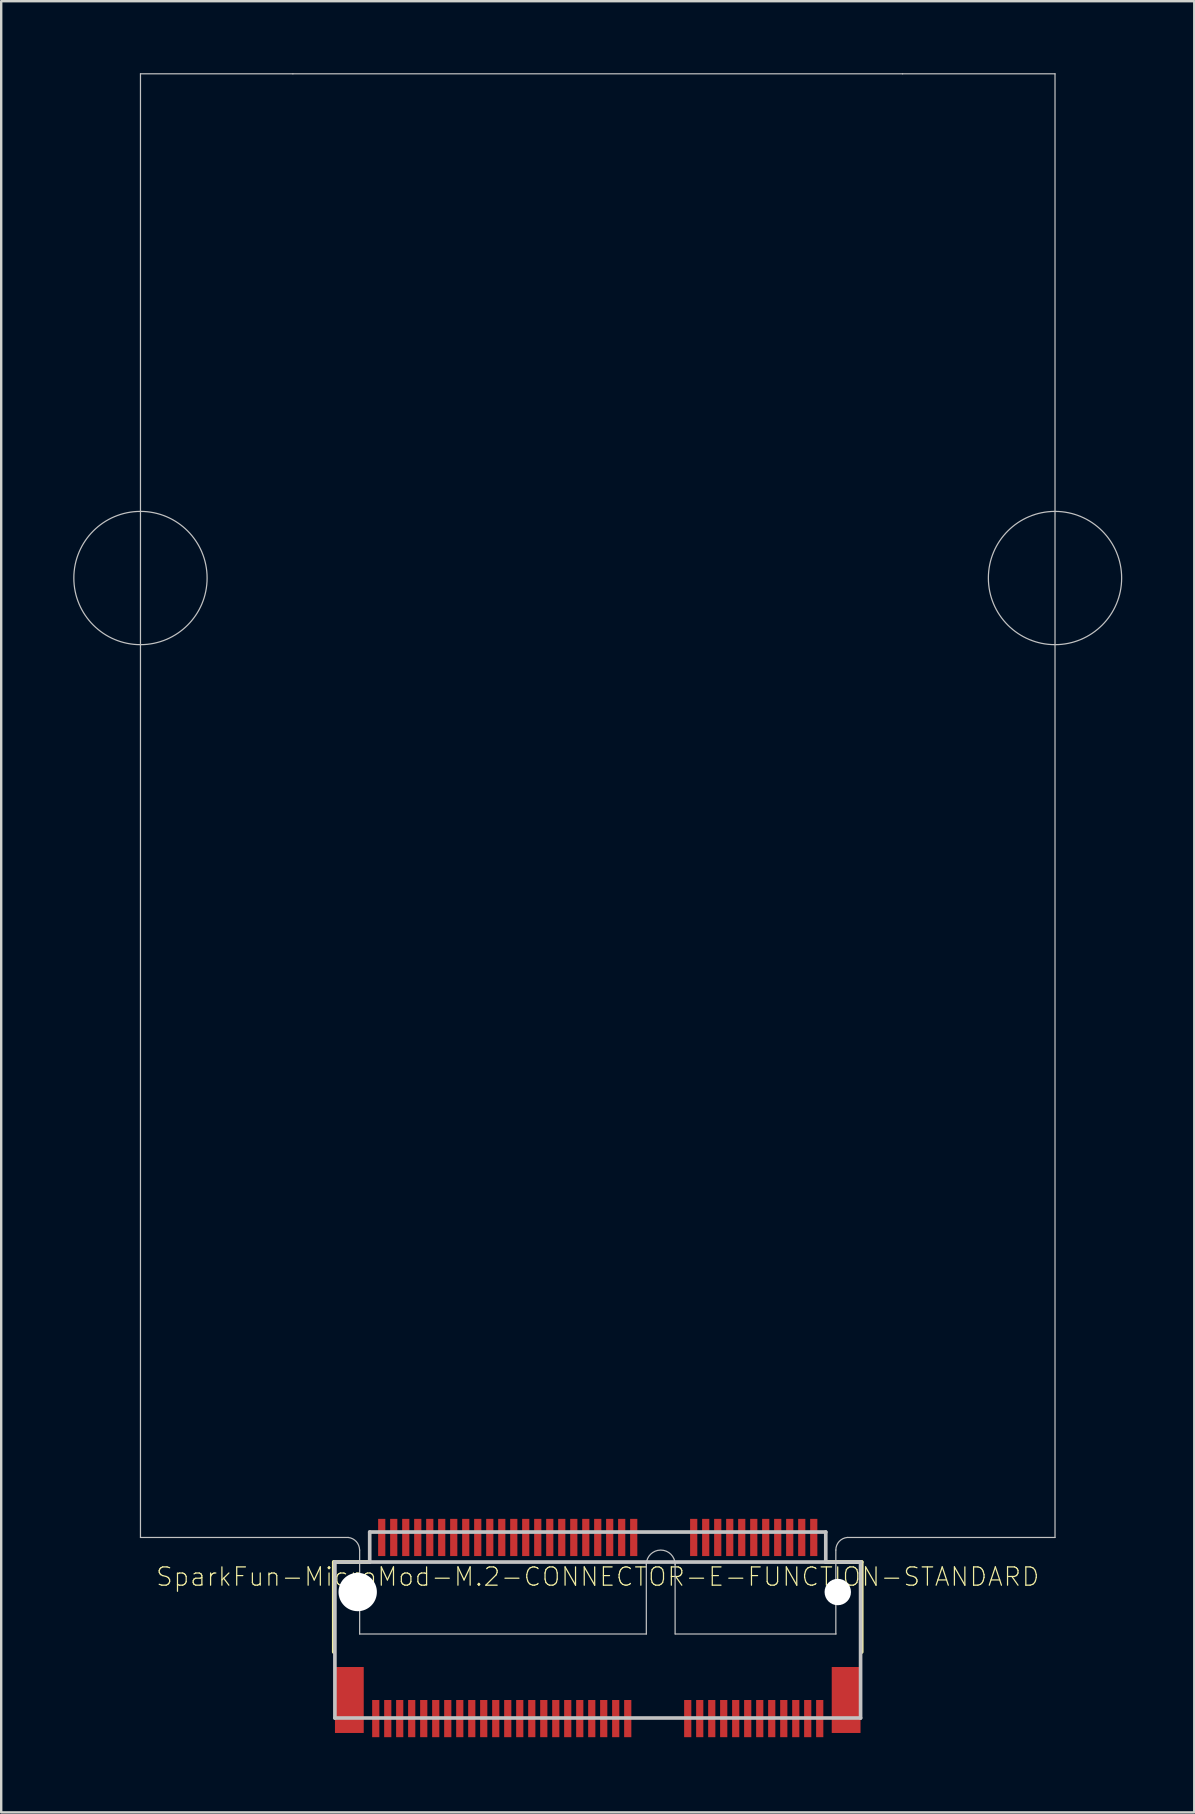
<source format=kicad_pcb>
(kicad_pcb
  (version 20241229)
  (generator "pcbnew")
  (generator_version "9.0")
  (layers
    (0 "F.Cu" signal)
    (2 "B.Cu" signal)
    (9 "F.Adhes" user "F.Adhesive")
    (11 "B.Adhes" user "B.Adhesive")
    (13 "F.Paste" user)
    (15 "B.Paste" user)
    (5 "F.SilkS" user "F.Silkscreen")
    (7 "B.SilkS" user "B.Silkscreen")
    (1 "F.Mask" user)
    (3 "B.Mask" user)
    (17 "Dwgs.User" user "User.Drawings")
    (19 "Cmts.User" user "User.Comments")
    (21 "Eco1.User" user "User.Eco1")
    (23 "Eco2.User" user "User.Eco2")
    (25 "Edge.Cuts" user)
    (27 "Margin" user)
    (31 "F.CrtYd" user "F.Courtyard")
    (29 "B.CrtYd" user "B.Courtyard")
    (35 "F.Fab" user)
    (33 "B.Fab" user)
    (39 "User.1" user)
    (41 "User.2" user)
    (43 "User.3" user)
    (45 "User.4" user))
  (footprint "SparkFun-MicroMod-M.2-CONNECTOR-E-FUNCTION-STANDARD"
    (layer "F.Cu")
    (at 21.852 63.274)
    (property "Reference" "SparkFun-MicroMod-M.2-CONNECTOR-E-FUNCTION-STANDARD" (at 0 -0.635 0) (layer "F.SilkS") (effects (font (size 0.762 0.762) (thickness 0.051))))
    (attr smd)
    (fp_line (start -10.998 2.499) (end -10.998 -1.25) (stroke (width 0.152) (type solid)) (layer "F.SilkS"))
    (fp_line (start -9.5 -1.25) (end -10.998 -1.25) (stroke (width 0.152) (type solid)) (layer "F.SilkS"))
    (fp_line (start 10.998 -1.25) (end 9.5 -1.25) (stroke (width 0.152) (type solid)) (layer "F.SilkS"))
    (fp_line (start 10.998 2.499) (end 10.998 -1.25) (stroke (width 0.152) (type solid)) (layer "F.SilkS"))
    (fp_line (start -9.398 4.399) (end -9.098 4.399) (stroke (width 0.066) (type solid)) (layer "F.Paste"))
    (fp_line (start -9.398 6.149) (end -9.398 4.399) (stroke (width 0.066) (type solid)) (layer "F.Paste"))
    (fp_line (start -9.398 6.149) (end -9.098 6.149) (stroke (width 0.066) (type solid)) (layer "F.Paste"))
    (fp_line (start -9.149 -3.15) (end -8.849 -3.15) (stroke (width 0.066) (type solid)) (layer "F.Paste"))
    (fp_line (start -9.149 -1.4) (end -9.149 -3.15) (stroke (width 0.066) (type solid)) (layer "F.Paste"))
    (fp_line (start -9.149 -1.4) (end -8.849 -1.4) (stroke (width 0.066) (type solid)) (layer "F.Paste"))
    (fp_line (start -9.098 6.149) (end -9.098 4.399) (stroke (width 0.066) (type solid)) (layer "F.Paste"))
    (fp_line (start -8.898 4.399) (end -8.598 4.399) (stroke (width 0.066) (type solid)) (layer "F.Paste"))
    (fp_line (start -8.898 6.149) (end -8.898 4.399) (stroke (width 0.066) (type solid)) (layer "F.Paste"))
    (fp_line (start -8.898 6.149) (end -8.598 6.149) (stroke (width 0.066) (type solid)) (layer "F.Paste"))
    (fp_line (start -8.849 -1.4) (end -8.849 -3.15) (stroke (width 0.066) (type solid)) (layer "F.Paste"))
    (fp_line (start -8.649 -3.15) (end -8.349 -3.15) (stroke (width 0.066) (type solid)) (layer "F.Paste"))
    (fp_line (start -8.649 -1.4) (end -8.649 -3.15) (stroke (width 0.066) (type solid)) (layer "F.Paste"))
    (fp_line (start -8.649 -1.4) (end -8.349 -1.4) (stroke (width 0.066) (type solid)) (layer "F.Paste"))
    (fp_line (start -8.598 6.149) (end -8.598 4.399) (stroke (width 0.066) (type solid)) (layer "F.Paste"))
    (fp_line (start -8.4 4.399) (end -8.098 4.399) (stroke (width 0.066) (type solid)) (layer "F.Paste"))
    (fp_line (start -8.4 6.149) (end -8.4 4.399) (stroke (width 0.066) (type solid)) (layer "F.Paste"))
    (fp_line (start -8.4 6.149) (end -8.098 6.149) (stroke (width 0.066) (type solid)) (layer "F.Paste"))
    (fp_line (start -8.349 -1.4) (end -8.349 -3.15) (stroke (width 0.066) (type solid)) (layer "F.Paste"))
    (fp_line (start -8.148 -3.15) (end -7.849 -3.15) (stroke (width 0.066) (type solid)) (layer "F.Paste"))
    (fp_line (start -8.148 -1.4) (end -8.148 -3.15) (stroke (width 0.066) (type solid)) (layer "F.Paste"))
    (fp_line (start -8.148 -1.4) (end -7.849 -1.4) (stroke (width 0.066) (type solid)) (layer "F.Paste"))
    (fp_line (start -8.098 6.149) (end -8.098 4.399) (stroke (width 0.066) (type solid)) (layer "F.Paste"))
    (fp_line (start -7.899 4.399) (end -7.6 4.399) (stroke (width 0.066) (type solid)) (layer "F.Paste"))
    (fp_line (start -7.899 6.149) (end -7.899 4.399) (stroke (width 0.066) (type solid)) (layer "F.Paste"))
    (fp_line (start -7.899 6.149) (end -7.6 6.149) (stroke (width 0.066) (type solid)) (layer "F.Paste"))
    (fp_line (start -7.849 -1.4) (end -7.849 -3.15) (stroke (width 0.066) (type solid)) (layer "F.Paste"))
    (fp_line (start -7.648 -3.15) (end -7.348 -3.15) (stroke (width 0.066) (type solid)) (layer "F.Paste"))
    (fp_line (start -7.648 -1.4) (end -7.648 -3.15) (stroke (width 0.066) (type solid)) (layer "F.Paste"))
    (fp_line (start -7.648 -1.4) (end -7.348 -1.4) (stroke (width 0.066) (type solid)) (layer "F.Paste"))
    (fp_line (start -7.6 6.149) (end -7.6 4.399) (stroke (width 0.066) (type solid)) (layer "F.Paste"))
    (fp_line (start -7.399 4.399) (end -7.099 4.399) (stroke (width 0.066) (type solid)) (layer "F.Paste"))
    (fp_line (start -7.399 6.149) (end -7.399 4.399) (stroke (width 0.066) (type solid)) (layer "F.Paste"))
    (fp_line (start -7.399 6.149) (end -7.099 6.149) (stroke (width 0.066) (type solid)) (layer "F.Paste"))
    (fp_line (start -7.348 -1.4) (end -7.348 -3.15) (stroke (width 0.066) (type solid)) (layer "F.Paste"))
    (fp_line (start -7.148 -3.15) (end -6.848 -3.15) (stroke (width 0.066) (type solid)) (layer "F.Paste"))
    (fp_line (start -7.148 -1.4) (end -7.148 -3.15) (stroke (width 0.066) (type solid)) (layer "F.Paste"))
    (fp_line (start -7.148 -1.4) (end -6.848 -1.4) (stroke (width 0.066) (type solid)) (layer "F.Paste"))
    (fp_line (start -7.099 6.149) (end -7.099 4.399) (stroke (width 0.066) (type solid)) (layer "F.Paste"))
    (fp_line (start -6.899 4.399) (end -6.599 4.399) (stroke (width 0.066) (type solid)) (layer "F.Paste"))
    (fp_line (start -6.899 6.149) (end -6.899 4.399) (stroke (width 0.066) (type solid)) (layer "F.Paste"))
    (fp_line (start -6.899 6.149) (end -6.599 6.149) (stroke (width 0.066) (type solid)) (layer "F.Paste"))
    (fp_line (start -6.848 -1.4) (end -6.848 -3.15) (stroke (width 0.066) (type solid)) (layer "F.Paste"))
    (fp_line (start -6.65 -3.15) (end -6.35 -3.15) (stroke (width 0.066) (type solid)) (layer "F.Paste"))
    (fp_line (start -6.65 -1.4) (end -6.65 -3.15) (stroke (width 0.066) (type solid)) (layer "F.Paste"))
    (fp_line (start -6.65 -1.4) (end -6.35 -1.4) (stroke (width 0.066) (type solid)) (layer "F.Paste"))
    (fp_line (start -6.599 6.149) (end -6.599 4.399) (stroke (width 0.066) (type solid)) (layer "F.Paste"))
    (fp_line (start -6.398 4.399) (end -6.099 4.399) (stroke (width 0.066) (type solid)) (layer "F.Paste"))
    (fp_line (start -6.398 6.149) (end -6.398 4.399) (stroke (width 0.066) (type solid)) (layer "F.Paste"))
    (fp_line (start -6.398 6.149) (end -6.099 6.149) (stroke (width 0.066) (type solid)) (layer "F.Paste"))
    (fp_line (start -6.35 -1.4) (end -6.35 -3.15) (stroke (width 0.066) (type solid)) (layer "F.Paste"))
    (fp_line (start -6.149 -3.15) (end -5.85 -3.15) (stroke (width 0.066) (type solid)) (layer "F.Paste"))
    (fp_line (start -6.149 -1.4) (end -6.149 -3.15) (stroke (width 0.066) (type solid)) (layer "F.Paste"))
    (fp_line (start -6.149 -1.4) (end -5.85 -1.4) (stroke (width 0.066) (type solid)) (layer "F.Paste"))
    (fp_line (start -6.099 6.149) (end -6.099 4.399) (stroke (width 0.066) (type solid)) (layer "F.Paste"))
    (fp_line (start -5.898 4.399) (end -5.598 4.399) (stroke (width 0.066) (type solid)) (layer "F.Paste"))
    (fp_line (start -5.898 6.149) (end -5.898 4.399) (stroke (width 0.066) (type solid)) (layer "F.Paste"))
    (fp_line (start -5.898 6.149) (end -5.598 6.149) (stroke (width 0.066) (type solid)) (layer "F.Paste"))
    (fp_line (start -5.85 -1.4) (end -5.85 -3.15) (stroke (width 0.066) (type solid)) (layer "F.Paste"))
    (fp_line (start -5.649 -3.15) (end -5.349 -3.15) (stroke (width 0.066) (type solid)) (layer "F.Paste"))
    (fp_line (start -5.649 -1.4) (end -5.649 -3.15) (stroke (width 0.066) (type solid)) (layer "F.Paste"))
    (fp_line (start -5.649 -1.4) (end -5.349 -1.4) (stroke (width 0.066) (type solid)) (layer "F.Paste"))
    (fp_line (start -5.598 6.149) (end -5.598 4.399) (stroke (width 0.066) (type solid)) (layer "F.Paste"))
    (fp_line (start -5.397 4.399) (end -5.098 4.399) (stroke (width 0.066) (type solid)) (layer "F.Paste"))
    (fp_line (start -5.397 6.149) (end -5.397 4.399) (stroke (width 0.066) (type solid)) (layer "F.Paste"))
    (fp_line (start -5.397 6.149) (end -5.098 6.149) (stroke (width 0.066) (type solid)) (layer "F.Paste"))
    (fp_line (start -5.349 -1.4) (end -5.349 -3.15) (stroke (width 0.066) (type solid)) (layer "F.Paste"))
    (fp_line (start -5.149 -3.15) (end -4.849 -3.15) (stroke (width 0.066) (type solid)) (layer "F.Paste"))
    (fp_line (start -5.149 -1.4) (end -5.149 -3.15) (stroke (width 0.066) (type solid)) (layer "F.Paste"))
    (fp_line (start -5.149 -1.4) (end -4.849 -1.4) (stroke (width 0.066) (type solid)) (layer "F.Paste"))
    (fp_line (start -5.098 6.149) (end -5.098 4.399) (stroke (width 0.066) (type solid)) (layer "F.Paste"))
    (fp_line (start -4.9 4.399) (end -4.6 4.399) (stroke (width 0.066) (type solid)) (layer "F.Paste"))
    (fp_line (start -4.9 6.149) (end -4.9 4.399) (stroke (width 0.066) (type solid)) (layer "F.Paste"))
    (fp_line (start -4.9 6.149) (end -4.6 6.149) (stroke (width 0.066) (type solid)) (layer "F.Paste"))
    (fp_line (start -4.849 -1.4) (end -4.849 -3.15) (stroke (width 0.066) (type solid)) (layer "F.Paste"))
    (fp_line (start -4.648 -3.15) (end -4.348 -3.15) (stroke (width 0.066) (type solid)) (layer "F.Paste"))
    (fp_line (start -4.648 -1.4) (end -4.648 -3.15) (stroke (width 0.066) (type solid)) (layer "F.Paste"))
    (fp_line (start -4.648 -1.4) (end -4.348 -1.4) (stroke (width 0.066) (type solid)) (layer "F.Paste"))
    (fp_line (start -4.6 6.149) (end -4.6 4.399) (stroke (width 0.066) (type solid)) (layer "F.Paste"))
    (fp_line (start -4.399 4.399) (end -4.1 4.399) (stroke (width 0.066) (type solid)) (layer "F.Paste"))
    (fp_line (start -4.399 6.149) (end -4.399 4.399) (stroke (width 0.066) (type solid)) (layer "F.Paste"))
    (fp_line (start -4.399 6.149) (end -4.1 6.149) (stroke (width 0.066) (type solid)) (layer "F.Paste"))
    (fp_line (start -4.348 -1.4) (end -4.348 -3.15) (stroke (width 0.066) (type solid)) (layer "F.Paste"))
    (fp_line (start -4.148 -3.15) (end -3.848 -3.15) (stroke (width 0.066) (type solid)) (layer "F.Paste"))
    (fp_line (start -4.148 -1.4) (end -4.148 -3.15) (stroke (width 0.066) (type solid)) (layer "F.Paste"))
    (fp_line (start -4.148 -1.4) (end -3.848 -1.4) (stroke (width 0.066) (type solid)) (layer "F.Paste"))
    (fp_line (start -4.1 6.149) (end -4.1 4.399) (stroke (width 0.066) (type solid)) (layer "F.Paste"))
    (fp_line (start -3.899 4.399) (end -3.599 4.399) (stroke (width 0.066) (type solid)) (layer "F.Paste"))
    (fp_line (start -3.899 6.149) (end -3.899 4.399) (stroke (width 0.066) (type solid)) (layer "F.Paste"))
    (fp_line (start -3.899 6.149) (end -3.599 6.149) (stroke (width 0.066) (type solid)) (layer "F.Paste"))
    (fp_line (start -3.848 -1.4) (end -3.848 -3.15) (stroke (width 0.066) (type solid)) (layer "F.Paste"))
    (fp_line (start -3.65 -3.15) (end -3.348 -3.15) (stroke (width 0.066) (type solid)) (layer "F.Paste"))
    (fp_line (start -3.65 -1.4) (end -3.65 -3.15) (stroke (width 0.066) (type solid)) (layer "F.Paste"))
    (fp_line (start -3.65 -1.4) (end -3.348 -1.4) (stroke (width 0.066) (type solid)) (layer "F.Paste"))
    (fp_line (start -3.599 6.149) (end -3.599 4.399) (stroke (width 0.066) (type solid)) (layer "F.Paste"))
    (fp_line (start -3.399 4.399) (end -3.099 4.399) (stroke (width 0.066) (type solid)) (layer "F.Paste"))
    (fp_line (start -3.399 6.149) (end -3.399 4.399) (stroke (width 0.066) (type solid)) (layer "F.Paste"))
    (fp_line (start -3.399 6.149) (end -3.099 6.149) (stroke (width 0.066) (type solid)) (layer "F.Paste"))
    (fp_line (start -3.348 -1.4) (end -3.348 -3.15) (stroke (width 0.066) (type solid)) (layer "F.Paste"))
    (fp_line (start -3.15 -3.15) (end -2.85 -3.15) (stroke (width 0.066) (type solid)) (layer "F.Paste"))
    (fp_line (start -3.15 -1.4) (end -3.15 -3.15) (stroke (width 0.066) (type solid)) (layer "F.Paste"))
    (fp_line (start -3.15 -1.4) (end -2.85 -1.4) (stroke (width 0.066) (type solid)) (layer "F.Paste"))
    (fp_line (start -3.099 6.149) (end -3.099 4.399) (stroke (width 0.066) (type solid)) (layer "F.Paste"))
    (fp_line (start -2.898 4.399) (end -2.598 4.399) (stroke (width 0.066) (type solid)) (layer "F.Paste"))
    (fp_line (start -2.898 6.149) (end -2.898 4.399) (stroke (width 0.066) (type solid)) (layer "F.Paste"))
    (fp_line (start -2.898 6.149) (end -2.598 6.149) (stroke (width 0.066) (type solid)) (layer "F.Paste"))
    (fp_line (start -2.85 -1.4) (end -2.85 -3.15) (stroke (width 0.066) (type solid)) (layer "F.Paste"))
    (fp_line (start -2.649 -3.15) (end -2.349 -3.15) (stroke (width 0.066) (type solid)) (layer "F.Paste"))
    (fp_line (start -2.649 -1.4) (end -2.649 -3.15) (stroke (width 0.066) (type solid)) (layer "F.Paste"))
    (fp_line (start -2.649 -1.4) (end -2.349 -1.4) (stroke (width 0.066) (type solid)) (layer "F.Paste"))
    (fp_line (start -2.598 6.149) (end -2.598 4.399) (stroke (width 0.066) (type solid)) (layer "F.Paste"))
    (fp_line (start -2.398 4.399) (end -2.098 4.399) (stroke (width 0.066) (type solid)) (layer "F.Paste"))
    (fp_line (start -2.398 6.149) (end -2.398 4.399) (stroke (width 0.066) (type solid)) (layer "F.Paste"))
    (fp_line (start -2.398 6.149) (end -2.098 6.149) (stroke (width 0.066) (type solid)) (layer "F.Paste"))
    (fp_line (start -2.349 -1.4) (end -2.349 -3.15) (stroke (width 0.066) (type solid)) (layer "F.Paste"))
    (fp_line (start -2.149 -3.15) (end -1.849 -3.15) (stroke (width 0.066) (type solid)) (layer "F.Paste"))
    (fp_line (start -2.149 -1.4) (end -2.149 -3.15) (stroke (width 0.066) (type solid)) (layer "F.Paste"))
    (fp_line (start -2.149 -1.4) (end -1.849 -1.4) (stroke (width 0.066) (type solid)) (layer "F.Paste"))
    (fp_line (start -2.098 6.149) (end -2.098 4.399) (stroke (width 0.066) (type solid)) (layer "F.Paste"))
    (fp_line (start -1.9 4.399) (end -1.598 4.399) (stroke (width 0.066) (type solid)) (layer "F.Paste"))
    (fp_line (start -1.9 6.149) (end -1.9 4.399) (stroke (width 0.066) (type solid)) (layer "F.Paste"))
    (fp_line (start -1.9 6.149) (end -1.598 6.149) (stroke (width 0.066) (type solid)) (layer "F.Paste"))
    (fp_line (start -1.849 -1.4) (end -1.849 -3.15) (stroke (width 0.066) (type solid)) (layer "F.Paste"))
    (fp_line (start -1.648 -3.15) (end -1.349 -3.15) (stroke (width 0.066) (type solid)) (layer "F.Paste"))
    (fp_line (start -1.648 -1.4) (end -1.648 -3.15) (stroke (width 0.066) (type solid)) (layer "F.Paste"))
    (fp_line (start -1.648 -1.4) (end -1.349 -1.4) (stroke (width 0.066) (type solid)) (layer "F.Paste"))
    (fp_line (start -1.598 6.149) (end -1.598 4.399) (stroke (width 0.066) (type solid)) (layer "F.Paste"))
    (fp_line (start -1.4 4.399) (end -1.1 4.399) (stroke (width 0.066) (type solid)) (layer "F.Paste"))
    (fp_line (start -1.4 6.149) (end -1.4 4.399) (stroke (width 0.066) (type solid)) (layer "F.Paste"))
    (fp_line (start -1.4 6.149) (end -1.1 6.149) (stroke (width 0.066) (type solid)) (layer "F.Paste"))
    (fp_line (start -1.349 -1.4) (end -1.349 -3.15) (stroke (width 0.066) (type solid)) (layer "F.Paste"))
    (fp_line (start -1.148 -3.15) (end -0.848 -3.15) (stroke (width 0.066) (type solid)) (layer "F.Paste"))
    (fp_line (start -1.148 -1.4) (end -1.148 -3.15) (stroke (width 0.066) (type solid)) (layer "F.Paste"))
    (fp_line (start -1.148 -1.4) (end -0.848 -1.4) (stroke (width 0.066) (type solid)) (layer "F.Paste"))
    (fp_line (start -1.1 6.149) (end -1.1 4.399) (stroke (width 0.066) (type solid)) (layer "F.Paste"))
    (fp_line (start -0.899 4.399) (end -0.599 4.399) (stroke (width 0.066) (type solid)) (layer "F.Paste"))
    (fp_line (start -0.899 6.149) (end -0.899 4.399) (stroke (width 0.066) (type solid)) (layer "F.Paste"))
    (fp_line (start -0.899 6.149) (end -0.599 6.149) (stroke (width 0.066) (type solid)) (layer "F.Paste"))
    (fp_line (start -0.848 -1.4) (end -0.848 -3.15) (stroke (width 0.066) (type solid)) (layer "F.Paste"))
    (fp_line (start -0.648 -3.15) (end -0.348 -3.15) (stroke (width 0.066) (type solid)) (layer "F.Paste"))
    (fp_line (start -0.648 -1.4) (end -0.648 -3.15) (stroke (width 0.066) (type solid)) (layer "F.Paste"))
    (fp_line (start -0.648 -1.4) (end -0.348 -1.4) (stroke (width 0.066) (type solid)) (layer "F.Paste"))
    (fp_line (start -0.599 6.149) (end -0.599 4.399) (stroke (width 0.066) (type solid)) (layer "F.Paste"))
    (fp_line (start -0.399 4.399) (end -0.099 4.399) (stroke (width 0.066) (type solid)) (layer "F.Paste"))
    (fp_line (start -0.399 6.149) (end -0.399 4.399) (stroke (width 0.066) (type solid)) (layer "F.Paste"))
    (fp_line (start -0.399 6.149) (end -0.099 6.149) (stroke (width 0.066) (type solid)) (layer "F.Paste"))
    (fp_line (start -0.348 -1.4) (end -0.348 -3.15) (stroke (width 0.066) (type solid)) (layer "F.Paste"))
    (fp_line (start -0.15 -3.15) (end 0.15 -3.15) (stroke (width 0.066) (type solid)) (layer "F.Paste"))
    (fp_line (start -0.15 -1.4) (end -0.15 -3.15) (stroke (width 0.066) (type solid)) (layer "F.Paste"))
    (fp_line (start -0.15 -1.4) (end 0.15 -1.4) (stroke (width 0.066) (type solid)) (layer "F.Paste"))
    (fp_line (start -0.099 6.149) (end -0.099 4.399) (stroke (width 0.066) (type solid)) (layer "F.Paste"))
    (fp_line (start 0.099 4.399) (end 0.399 4.399) (stroke (width 0.066) (type solid)) (layer "F.Paste"))
    (fp_line (start 0.099 6.149) (end 0.099 4.399) (stroke (width 0.066) (type solid)) (layer "F.Paste"))
    (fp_line (start 0.099 6.149) (end 0.399 6.149) (stroke (width 0.066) (type solid)) (layer "F.Paste"))
    (fp_line (start 0.15 -1.4) (end 0.15 -3.15) (stroke (width 0.066) (type solid)) (layer "F.Paste"))
    (fp_line (start 0.348 -3.15) (end 0.648 -3.15) (stroke (width 0.066) (type solid)) (layer "F.Paste"))
    (fp_line (start 0.348 -1.4) (end 0.348 -3.15) (stroke (width 0.066) (type solid)) (layer "F.Paste"))
    (fp_line (start 0.348 -1.4) (end 0.648 -1.4) (stroke (width 0.066) (type solid)) (layer "F.Paste"))
    (fp_line (start 0.399 6.149) (end 0.399 4.399) (stroke (width 0.066) (type solid)) (layer "F.Paste"))
    (fp_line (start 0.599 4.399) (end 0.899 4.399) (stroke (width 0.066) (type solid)) (layer "F.Paste"))
    (fp_line (start 0.599 6.149) (end 0.599 4.399) (stroke (width 0.066) (type solid)) (layer "F.Paste"))
    (fp_line (start 0.599 6.149) (end 0.899 6.149) (stroke (width 0.066) (type solid)) (layer "F.Paste"))
    (fp_line (start 0.648 -1.4) (end 0.648 -3.15) (stroke (width 0.066) (type solid)) (layer "F.Paste"))
    (fp_line (start 0.848 -3.15) (end 1.148 -3.15) (stroke (width 0.066) (type solid)) (layer "F.Paste"))
    (fp_line (start 0.848 -1.4) (end 0.848 -3.15) (stroke (width 0.066) (type solid)) (layer "F.Paste"))
    (fp_line (start 0.848 -1.4) (end 1.148 -1.4) (stroke (width 0.066) (type solid)) (layer "F.Paste"))
    (fp_line (start 0.899 6.149) (end 0.899 4.399) (stroke (width 0.066) (type solid)) (layer "F.Paste"))
    (fp_line (start 1.1 4.399) (end 1.4 4.399) (stroke (width 0.066) (type solid)) (layer "F.Paste"))
    (fp_line (start 1.1 6.149) (end 1.1 4.399) (stroke (width 0.066) (type solid)) (layer "F.Paste"))
    (fp_line (start 1.1 6.149) (end 1.4 6.149) (stroke (width 0.066) (type solid)) (layer "F.Paste"))
    (fp_line (start 1.148 -1.4) (end 1.148 -3.15) (stroke (width 0.066) (type solid)) (layer "F.Paste"))
    (fp_line (start 1.349 -3.15) (end 1.648 -3.15) (stroke (width 0.066) (type solid)) (layer "F.Paste"))
    (fp_line (start 1.349 -1.4) (end 1.349 -3.15) (stroke (width 0.066) (type solid)) (layer "F.Paste"))
    (fp_line (start 1.349 -1.4) (end 1.648 -1.4) (stroke (width 0.066) (type solid)) (layer "F.Paste"))
    (fp_line (start 1.4 6.149) (end 1.4 4.399) (stroke (width 0.066) (type solid)) (layer "F.Paste"))
    (fp_line (start 1.648 -1.4) (end 1.648 -3.15) (stroke (width 0.066) (type solid)) (layer "F.Paste"))
    (fp_line (start 3.599 4.399) (end 3.899 4.399) (stroke (width 0.066) (type solid)) (layer "F.Paste"))
    (fp_line (start 3.599 6.149) (end 3.599 4.399) (stroke (width 0.066) (type solid)) (layer "F.Paste"))
    (fp_line (start 3.599 6.149) (end 3.899 6.149) (stroke (width 0.066) (type solid)) (layer "F.Paste"))
    (fp_line (start 3.848 -3.15) (end 4.148 -3.15) (stroke (width 0.066) (type solid)) (layer "F.Paste"))
    (fp_line (start 3.848 -1.4) (end 3.848 -3.15) (stroke (width 0.066) (type solid)) (layer "F.Paste"))
    (fp_line (start 3.848 -1.4) (end 4.148 -1.4) (stroke (width 0.066) (type solid)) (layer "F.Paste"))
    (fp_line (start 3.899 6.149) (end 3.899 4.399) (stroke (width 0.066) (type solid)) (layer "F.Paste"))
    (fp_line (start 4.1 4.399) (end 4.399 4.399) (stroke (width 0.066) (type solid)) (layer "F.Paste"))
    (fp_line (start 4.1 6.149) (end 4.1 4.399) (stroke (width 0.066) (type solid)) (layer "F.Paste"))
    (fp_line (start 4.1 6.149) (end 4.399 6.149) (stroke (width 0.066) (type solid)) (layer "F.Paste"))
    (fp_line (start 4.148 -1.4) (end 4.148 -3.15) (stroke (width 0.066) (type solid)) (layer "F.Paste"))
    (fp_line (start 4.348 -3.15) (end 4.648 -3.15) (stroke (width 0.066) (type solid)) (layer "F.Paste"))
    (fp_line (start 4.348 -1.4) (end 4.348 -3.15) (stroke (width 0.066) (type solid)) (layer "F.Paste"))
    (fp_line (start 4.348 -1.4) (end 4.648 -1.4) (stroke (width 0.066) (type solid)) (layer "F.Paste"))
    (fp_line (start 4.399 6.149) (end 4.399 4.399) (stroke (width 0.066) (type solid)) (layer "F.Paste"))
    (fp_line (start 4.6 4.399) (end 4.9 4.399) (stroke (width 0.066) (type solid)) (layer "F.Paste"))
    (fp_line (start 4.6 6.149) (end 4.6 4.399) (stroke (width 0.066) (type solid)) (layer "F.Paste"))
    (fp_line (start 4.6 6.149) (end 4.9 6.149) (stroke (width 0.066) (type solid)) (layer "F.Paste"))
    (fp_line (start 4.648 -1.4) (end 4.648 -3.15) (stroke (width 0.066) (type solid)) (layer "F.Paste"))
    (fp_line (start 4.849 -3.15) (end 5.149 -3.15) (stroke (width 0.066) (type solid)) (layer "F.Paste"))
    (fp_line (start 4.849 -1.4) (end 4.849 -3.15) (stroke (width 0.066) (type solid)) (layer "F.Paste"))
    (fp_line (start 4.849 -1.4) (end 5.149 -1.4) (stroke (width 0.066) (type solid)) (layer "F.Paste"))
    (fp_line (start 4.9 6.149) (end 4.9 4.399) (stroke (width 0.066) (type solid)) (layer "F.Paste"))
    (fp_line (start 5.098 4.399) (end 5.397 4.399) (stroke (width 0.066) (type solid)) (layer "F.Paste"))
    (fp_line (start 5.098 6.149) (end 5.098 4.399) (stroke (width 0.066) (type solid)) (layer "F.Paste"))
    (fp_line (start 5.098 6.149) (end 5.397 6.149) (stroke (width 0.066) (type solid)) (layer "F.Paste"))
    (fp_line (start 5.149 -1.4) (end 5.149 -3.15) (stroke (width 0.066) (type solid)) (layer "F.Paste"))
    (fp_line (start 5.349 -3.15) (end 5.649 -3.15) (stroke (width 0.066) (type solid)) (layer "F.Paste"))
    (fp_line (start 5.349 -1.4) (end 5.349 -3.15) (stroke (width 0.066) (type solid)) (layer "F.Paste"))
    (fp_line (start 5.349 -1.4) (end 5.649 -1.4) (stroke (width 0.066) (type solid)) (layer "F.Paste"))
    (fp_line (start 5.397 6.149) (end 5.397 4.399) (stroke (width 0.066) (type solid)) (layer "F.Paste"))
    (fp_line (start 5.598 4.399) (end 5.898 4.399) (stroke (width 0.066) (type solid)) (layer "F.Paste"))
    (fp_line (start 5.598 6.149) (end 5.598 4.399) (stroke (width 0.066) (type solid)) (layer "F.Paste"))
    (fp_line (start 5.598 6.149) (end 5.898 6.149) (stroke (width 0.066) (type solid)) (layer "F.Paste"))
    (fp_line (start 5.649 -1.4) (end 5.649 -3.15) (stroke (width 0.066) (type solid)) (layer "F.Paste"))
    (fp_line (start 5.85 -3.15) (end 6.149 -3.15) (stroke (width 0.066) (type solid)) (layer "F.Paste"))
    (fp_line (start 5.85 -1.4) (end 5.85 -3.15) (stroke (width 0.066) (type solid)) (layer "F.Paste"))
    (fp_line (start 5.85 -1.4) (end 6.149 -1.4) (stroke (width 0.066) (type solid)) (layer "F.Paste"))
    (fp_line (start 5.898 6.149) (end 5.898 4.399) (stroke (width 0.066) (type solid)) (layer "F.Paste"))
    (fp_line (start 6.099 4.399) (end 6.398 4.399) (stroke (width 0.066) (type solid)) (layer "F.Paste"))
    (fp_line (start 6.099 6.149) (end 6.099 4.399) (stroke (width 0.066) (type solid)) (layer "F.Paste"))
    (fp_line (start 6.099 6.149) (end 6.398 6.149) (stroke (width 0.066) (type solid)) (layer "F.Paste"))
    (fp_line (start 6.149 -1.4) (end 6.149 -3.15) (stroke (width 0.066) (type solid)) (layer "F.Paste"))
    (fp_line (start 6.35 -3.15) (end 6.65 -3.15) (stroke (width 0.066) (type solid)) (layer "F.Paste"))
    (fp_line (start 6.35 -1.4) (end 6.35 -3.15) (stroke (width 0.066) (type solid)) (layer "F.Paste"))
    (fp_line (start 6.35 -1.4) (end 6.65 -1.4) (stroke (width 0.066) (type solid)) (layer "F.Paste"))
    (fp_line (start 6.398 6.149) (end 6.398 4.399) (stroke (width 0.066) (type solid)) (layer "F.Paste"))
    (fp_line (start 6.599 4.399) (end 6.899 4.399) (stroke (width 0.066) (type solid)) (layer "F.Paste"))
    (fp_line (start 6.599 6.149) (end 6.599 4.399) (stroke (width 0.066) (type solid)) (layer "F.Paste"))
    (fp_line (start 6.599 6.149) (end 6.899 6.149) (stroke (width 0.066) (type solid)) (layer "F.Paste"))
    (fp_line (start 6.65 -1.4) (end 6.65 -3.15) (stroke (width 0.066) (type solid)) (layer "F.Paste"))
    (fp_line (start 6.848 -3.15) (end 7.148 -3.15) (stroke (width 0.066) (type solid)) (layer "F.Paste"))
    (fp_line (start 6.848 -1.4) (end 6.848 -3.15) (stroke (width 0.066) (type solid)) (layer "F.Paste"))
    (fp_line (start 6.848 -1.4) (end 7.148 -1.4) (stroke (width 0.066) (type solid)) (layer "F.Paste"))
    (fp_line (start 6.899 6.149) (end 6.899 4.399) (stroke (width 0.066) (type solid)) (layer "F.Paste"))
    (fp_line (start 7.099 4.399) (end 7.399 4.399) (stroke (width 0.066) (type solid)) (layer "F.Paste"))
    (fp_line (start 7.099 6.149) (end 7.099 4.399) (stroke (width 0.066) (type solid)) (layer "F.Paste"))
    (fp_line (start 7.099 6.149) (end 7.399 6.149) (stroke (width 0.066) (type solid)) (layer "F.Paste"))
    (fp_line (start 7.148 -1.4) (end 7.148 -3.15) (stroke (width 0.066) (type solid)) (layer "F.Paste"))
    (fp_line (start 7.348 -3.15) (end 7.648 -3.15) (stroke (width 0.066) (type solid)) (layer "F.Paste"))
    (fp_line (start 7.348 -1.4) (end 7.348 -3.15) (stroke (width 0.066) (type solid)) (layer "F.Paste"))
    (fp_line (start 7.348 -1.4) (end 7.648 -1.4) (stroke (width 0.066) (type solid)) (layer "F.Paste"))
    (fp_line (start 7.399 6.149) (end 7.399 4.399) (stroke (width 0.066) (type solid)) (layer "F.Paste"))
    (fp_line (start 7.6 4.399) (end 7.899 4.399) (stroke (width 0.066) (type solid)) (layer "F.Paste"))
    (fp_line (start 7.6 6.149) (end 7.6 4.399) (stroke (width 0.066) (type solid)) (layer "F.Paste"))
    (fp_line (start 7.6 6.149) (end 7.899 6.149) (stroke (width 0.066) (type solid)) (layer "F.Paste"))
    (fp_line (start 7.648 -1.4) (end 7.648 -3.15) (stroke (width 0.066) (type solid)) (layer "F.Paste"))
    (fp_line (start 7.849 -3.15) (end 8.148 -3.15) (stroke (width 0.066) (type solid)) (layer "F.Paste"))
    (fp_line (start 7.849 -1.4) (end 7.849 -3.15) (stroke (width 0.066) (type solid)) (layer "F.Paste"))
    (fp_line (start 7.849 -1.4) (end 8.148 -1.4) (stroke (width 0.066) (type solid)) (layer "F.Paste"))
    (fp_line (start 7.899 6.149) (end 7.899 4.399) (stroke (width 0.066) (type solid)) (layer "F.Paste"))
    (fp_line (start 8.098 4.399) (end 8.4 4.399) (stroke (width 0.066) (type solid)) (layer "F.Paste"))
    (fp_line (start 8.098 6.149) (end 8.098 4.399) (stroke (width 0.066) (type solid)) (layer "F.Paste"))
    (fp_line (start 8.098 6.149) (end 8.4 6.149) (stroke (width 0.066) (type solid)) (layer "F.Paste"))
    (fp_line (start 8.148 -1.4) (end 8.148 -3.15) (stroke (width 0.066) (type solid)) (layer "F.Paste"))
    (fp_line (start 8.349 -3.15) (end 8.649 -3.15) (stroke (width 0.066) (type solid)) (layer "F.Paste"))
    (fp_line (start 8.349 -1.4) (end 8.349 -3.15) (stroke (width 0.066) (type solid)) (layer "F.Paste"))
    (fp_line (start 8.349 -1.4) (end 8.649 -1.4) (stroke (width 0.066) (type solid)) (layer "F.Paste"))
    (fp_line (start 8.4 6.149) (end 8.4 4.399) (stroke (width 0.066) (type solid)) (layer "F.Paste"))
    (fp_line (start 8.598 4.399) (end 8.898 4.399) (stroke (width 0.066) (type solid)) (layer "F.Paste"))
    (fp_line (start 8.598 6.149) (end 8.598 4.399) (stroke (width 0.066) (type solid)) (layer "F.Paste"))
    (fp_line (start 8.598 6.149) (end 8.898 6.149) (stroke (width 0.066) (type solid)) (layer "F.Paste"))
    (fp_line (start 8.649 -1.4) (end 8.649 -3.15) (stroke (width 0.066) (type solid)) (layer "F.Paste"))
    (fp_line (start 8.849 -3.15) (end 9.149 -3.15) (stroke (width 0.066) (type solid)) (layer "F.Paste"))
    (fp_line (start 8.849 -1.4) (end 8.849 -3.15) (stroke (width 0.066) (type solid)) (layer "F.Paste"))
    (fp_line (start 8.849 -1.4) (end 9.149 -1.4) (stroke (width 0.066) (type solid)) (layer "F.Paste"))
    (fp_line (start 8.898 6.149) (end 8.898 4.399) (stroke (width 0.066) (type solid)) (layer "F.Paste"))
    (fp_line (start 9.098 4.399) (end 9.398 4.399) (stroke (width 0.066) (type solid)) (layer "F.Paste"))
    (fp_line (start 9.098 6.149) (end 9.098 4.399) (stroke (width 0.066) (type solid)) (layer "F.Paste"))
    (fp_line (start 9.098 6.149) (end 9.398 6.149) (stroke (width 0.066) (type solid)) (layer "F.Paste"))
    (fp_line (start 9.149 -1.4) (end 9.149 -3.15) (stroke (width 0.066) (type solid)) (layer "F.Paste"))
    (fp_line (start 9.398 6.149) (end 9.398 4.399) (stroke (width 0.066) (type solid)) (layer "F.Paste"))
    (fp_line (start -19.05 -63.249) (end -12.7 -63.249) (stroke (width 0.051) (type solid)) (layer "Dwgs.User"))
    (fp_line (start -19.05 -2.273) (end -19.05 -63.249) (stroke (width 0.051) (type solid)) (layer "Dwgs.User"))
    (fp_line (start -12.7 -63.249) (end 12.7 -63.249) (stroke (width 0.051) (type solid)) (layer "Dwgs.User"))
    (fp_line (start -10.95 -1.25) (end -10.95 5.248) (stroke (width 0.152) (type solid)) (layer "Dwgs.User"))
    (fp_line (start -10.95 5.248) (end 10.95 5.248) (stroke (width 0.152) (type solid)) (layer "Dwgs.User"))
    (fp_line (start -10.399 -2.273) (end -19.05 -2.273) (stroke (width 0.051) (type solid)) (layer "Dwgs.User"))
    (fp_line (start -9.919 1.748) (end -9.919 -1.748) (stroke (width 0.051) (type solid)) (layer "Dwgs.User"))
    (fp_line (start -9.5 -2.499) (end -9.5 -1.25) (stroke (width 0.152) (type solid)) (layer "Dwgs.User"))
    (fp_line (start -9.5 -1.25) (end -10.95 -1.25) (stroke (width 0.152) (type solid)) (layer "Dwgs.User"))
    (fp_line (start 2.024 -1.148) (end 2.024 1.748) (stroke (width 0.051) (type solid)) (layer "Dwgs.User"))
    (fp_line (start 2.029 1.748) (end -9.919 1.748) (stroke (width 0.051) (type solid)) (layer "Dwgs.User"))
    (fp_line (start 3.223 -1.148) (end 3.223 1.748) (stroke (width 0.051) (type solid)) (layer "Dwgs.User"))
    (fp_line (start 9.5 -2.499) (end -9.5 -2.499) (stroke (width 0.152) (type solid)) (layer "Dwgs.User"))
    (fp_line (start 9.5 -2.499) (end 9.5 -1.25) (stroke (width 0.152) (type solid)) (layer "Dwgs.User"))
    (fp_line (start 9.5 -1.25) (end -9.5 -1.25) (stroke (width 0.152) (type solid)) (layer "Dwgs.User"))
    (fp_line (start 9.919 -1.748) (end 9.919 1.748) (stroke (width 0.051) (type solid)) (layer "Dwgs.User"))
    (fp_line (start 9.929 1.748) (end 3.228 1.748) (stroke (width 0.051) (type solid)) (layer "Dwgs.User"))
    (fp_line (start 10.399 -2.273) (end 19.05 -2.273) (stroke (width 0.051) (type solid)) (layer "Dwgs.User"))
    (fp_line (start 10.95 -1.25) (end 9.5 -1.25) (stroke (width 0.152) (type solid)) (layer "Dwgs.User"))
    (fp_line (start 10.95 5.248) (end 10.95 -1.25) (stroke (width 0.152) (type solid)) (layer "Dwgs.User"))
    (fp_line (start 12.7 -63.249) (end 19.05 -63.249) (stroke (width 0.051) (type solid)) (layer "Dwgs.User"))
    (fp_line (start 19.05 -2.273) (end 19.05 -63.249) (stroke (width 0.051) (type solid)) (layer "Dwgs.User"))
    (fp_arc (start -10.39876 -2.2733) (mid -10.059569 -2.102592) (end -9.921109 -1.74901) (stroke (width 0.0508) (type solid)) (layer "Dwgs.User"))
    (fp_arc (start 2.02438 -1.14808) (mid 2.62382 -1.74752) (end 3.22326 -1.14808) (stroke (width 0.0508) (type solid)) (layer "Dwgs.User"))
    (fp_arc (start 9.9187 -1.74752) (mid 10.05481 -2.103059) (end 10.395211 -2.273533) (stroke (width 0.0508) (type solid)) (layer "Dwgs.User"))
    (fp_circle (center -19.05 -42.243) (end -19.05 -45.019) (stroke (width 0.051) (type solid)) (fill no) (layer "Dwgs.User"))
    (fp_circle (center 19.05 -42.243) (end 19.05 -45.019) (stroke (width 0.051) (type solid)) (fill no) (layer "Dwgs.User"))
    (pad "" np_thru_hole circle (at -10 0) (size 1.598 1.598) (drill 1.598) (layers "*.Cu" "*.Mask"))
    (pad "" np_thru_hole circle (at 10 0) (size 1.1 1.1) (drill 1.1) (layers "*.Cu" "*.Mask"))
    (pad "1" smd rect (at 9.248 5.273 180) (size 0.3 1.549) (layers "F.Cu" "F.Mask" "F.Paste"))
    (pad "2" smd rect (at 8.999 -2.273 180) (size 0.3 1.549) (layers "F.Cu" "F.Mask" "F.Paste"))
    (pad "3" smd rect (at 8.748 5.273 180) (size 0.3 1.549) (layers "F.Cu" "F.Mask" "F.Paste"))
    (pad "4" smd rect (at 8.499 -2.273 180) (size 0.3 1.549) (layers "F.Cu" "F.Mask" "F.Paste"))
    (pad "5" smd rect (at 8.25 5.273 180) (size 0.3 1.549) (layers "F.Cu" "F.Mask" "F.Paste"))
    (pad "6" smd rect (at 7.998 -2.273 180) (size 0.3 1.549) (layers "F.Cu" "F.Mask" "F.Paste"))
    (pad "7" smd rect (at 7.75 5.273 180) (size 0.3 1.549) (layers "F.Cu" "F.Mask" "F.Paste"))
    (pad "8" smd rect (at 7.498 -2.273 180) (size 0.3 1.549) (layers "F.Cu" "F.Mask" "F.Paste"))
    (pad "9" smd rect (at 7.249 5.273 180) (size 0.3 1.549) (layers "F.Cu" "F.Mask" "F.Paste"))
    (pad "10" smd rect (at 6.998 -2.273 180) (size 0.3 1.549) (layers "F.Cu" "F.Mask" "F.Paste"))
    (pad "11" smd rect (at 6.749 5.273 180) (size 0.3 1.549) (layers "F.Cu" "F.Mask" "F.Paste"))
    (pad "12" smd rect (at 6.5 -2.273 180) (size 0.3 1.549) (layers "F.Cu" "F.Mask" "F.Paste"))
    (pad "13" smd rect (at 6.248 5.273 180) (size 0.3 1.549) (layers "F.Cu" "F.Mask" "F.Paste"))
    (pad "14" smd rect (at 5.999 -2.273 180) (size 0.3 1.549) (layers "F.Cu" "F.Mask" "F.Paste"))
    (pad "15" smd rect (at 5.748 5.273 180) (size 0.3 1.549) (layers "F.Cu" "F.Mask" "F.Paste"))
    (pad "16" smd rect (at 5.499 -2.273 180) (size 0.3 1.549) (layers "F.Cu" "F.Mask" "F.Paste"))
    (pad "17" smd rect (at 5.248 5.273 180) (size 0.3 1.549) (layers "F.Cu" "F.Mask" "F.Paste"))
    (pad "18" smd rect (at 4.999 -2.273 180) (size 0.3 1.549) (layers "F.Cu" "F.Mask" "F.Paste"))
    (pad "19" smd rect (at 4.75 5.273 180) (size 0.3 1.549) (layers "F.Cu" "F.Mask" "F.Paste"))
    (pad "20" smd rect (at 4.498 -2.273 180) (size 0.3 1.549) (layers "F.Cu" "F.Mask" "F.Paste"))
    (pad "21" smd rect (at 4.249 5.273 180) (size 0.3 1.549) (layers "F.Cu" "F.Mask" "F.Paste"))
    (pad "22" smd rect (at 3.998 -2.273 180) (size 0.3 1.549) (layers "F.Cu" "F.Mask" "F.Paste"))
    (pad "23" smd rect (at 3.749 5.273 180) (size 0.3 1.549) (layers "F.Cu" "F.Mask" "F.Paste"))
    (pad "32" smd rect (at 1.499 -2.273 180) (size 0.3 1.549) (layers "F.Cu" "F.Mask" "F.Paste"))
    (pad "33" smd rect (at 1.25 5.273 180) (size 0.3 1.549) (layers "F.Cu" "F.Mask" "F.Paste"))
    (pad "34" smd rect (at 0.998 -2.273 180) (size 0.3 1.549) (layers "F.Cu" "F.Mask" "F.Paste"))
    (pad "35" smd rect (at 0.749 5.273 180) (size 0.3 1.549) (layers "F.Cu" "F.Mask" "F.Paste"))
    (pad "36" smd rect (at 0.498 -2.273 180) (size 0.3 1.549) (layers "F.Cu" "F.Mask" "F.Paste"))
    (pad "37" smd rect (at 0.249 5.273 180) (size 0.3 1.549) (layers "F.Cu" "F.Mask" "F.Paste"))
    (pad "38" smd rect (at 0 -2.273 180) (size 0.3 1.549) (layers "F.Cu" "F.Mask" "F.Paste"))
    (pad "39" smd rect (at -0.249 5.273 180) (size 0.3 1.549) (layers "F.Cu" "F.Mask" "F.Paste"))
    (pad "40" smd rect (at -0.498 -2.273 180) (size 0.3 1.549) (layers "F.Cu" "F.Mask" "F.Paste"))
    (pad "41" smd rect (at -0.749 5.273 180) (size 0.3 1.549) (layers "F.Cu" "F.Mask" "F.Paste"))
    (pad "42" smd rect (at -0.998 -2.273 180) (size 0.3 1.549) (layers "F.Cu" "F.Mask" "F.Paste"))
    (pad "43" smd rect (at -1.25 5.273 180) (size 0.3 1.549) (layers "F.Cu" "F.Mask" "F.Paste"))
    (pad "44" smd rect (at -1.499 -2.273 180) (size 0.3 1.549) (layers "F.Cu" "F.Mask" "F.Paste"))
    (pad "45" smd rect (at -1.748 5.273 180) (size 0.3 1.549) (layers "F.Cu" "F.Mask" "F.Paste"))
    (pad "46" smd rect (at -1.999 -2.273 180) (size 0.3 1.549) (layers "F.Cu" "F.Mask" "F.Paste"))
    (pad "47" smd rect (at -2.248 5.273 180) (size 0.3 1.549) (layers "F.Cu" "F.Mask" "F.Paste"))
    (pad "48" smd rect (at -2.499 -2.273 180) (size 0.3 1.549) (layers "F.Cu" "F.Mask" "F.Paste"))
    (pad "49" smd rect (at -2.748 5.273 180) (size 0.3 1.549) (layers "F.Cu" "F.Mask" "F.Paste"))
    (pad "50" smd rect (at -3 -2.273 180) (size 0.3 1.549) (layers "F.Cu" "F.Mask" "F.Paste"))
    (pad "51" smd rect (at -3.249 5.273 180) (size 0.3 1.549) (layers "F.Cu" "F.Mask" "F.Paste"))
    (pad "52" smd rect (at -3.498 -2.273 180) (size 0.3 1.549) (layers "F.Cu" "F.Mask" "F.Paste"))
    (pad "53" smd rect (at -3.749 5.273 180) (size 0.3 1.549) (layers "F.Cu" "F.Mask" "F.Paste"))
    (pad "54" smd rect (at -3.998 -2.273 180) (size 0.3 1.549) (layers "F.Cu" "F.Mask" "F.Paste"))
    (pad "55" smd rect (at -4.249 5.273 180) (size 0.3 1.549) (layers "F.Cu" "F.Mask" "F.Paste"))
    (pad "56" smd rect (at -4.498 -2.273 180) (size 0.3 1.549) (layers "F.Cu" "F.Mask" "F.Paste"))
    (pad "57" smd rect (at -4.75 5.273 180) (size 0.3 1.549) (layers "F.Cu" "F.Mask" "F.Paste"))
    (pad "58" smd rect (at -4.999 -2.273 180) (size 0.3 1.549) (layers "F.Cu" "F.Mask" "F.Paste"))
    (pad "59" smd rect (at -5.248 5.273 180) (size 0.3 1.549) (layers "F.Cu" "F.Mask" "F.Paste"))
    (pad "60" smd rect (at -5.499 -2.273 180) (size 0.3 1.549) (layers "F.Cu" "F.Mask" "F.Paste"))
    (pad "61" smd rect (at -5.748 5.273 180) (size 0.3 1.549) (layers "F.Cu" "F.Mask" "F.Paste"))
    (pad "62" smd rect (at -5.999 -2.273 180) (size 0.3 1.549) (layers "F.Cu" "F.Mask" "F.Paste"))
    (pad "63" smd rect (at -6.248 5.273 180) (size 0.3 1.549) (layers "F.Cu" "F.Mask" "F.Paste"))
    (pad "64" smd rect (at -6.5 -2.273 180) (size 0.3 1.549) (layers "F.Cu" "F.Mask" "F.Paste"))
    (pad "65" smd rect (at -6.749 5.273 180) (size 0.3 1.549) (layers "F.Cu" "F.Mask" "F.Paste"))
    (pad "66" smd rect (at -6.998 -2.273 180) (size 0.3 1.549) (layers "F.Cu" "F.Mask" "F.Paste"))
    (pad "67" smd rect (at -7.249 5.273 180) (size 0.3 1.549) (layers "F.Cu" "F.Mask" "F.Paste"))
    (pad "68" smd rect (at -7.498 -2.273 180) (size 0.3 1.549) (layers "F.Cu" "F.Mask" "F.Paste"))
    (pad "69" smd rect (at -7.75 5.273 180) (size 0.3 1.549) (layers "F.Cu" "F.Mask" "F.Paste"))
    (pad "70" smd rect (at -7.998 -2.273 180) (size 0.3 1.549) (layers "F.Cu" "F.Mask" "F.Paste"))
    (pad "71" smd rect (at -8.25 5.273 180) (size 0.3 1.549) (layers "F.Cu" "F.Mask" "F.Paste"))
    (pad "72" smd rect (at -8.499 -2.273 180) (size 0.3 1.549) (layers "F.Cu" "F.Mask" "F.Paste"))
    (pad "73" smd rect (at -8.748 5.273 180) (size 0.3 1.549) (layers "F.Cu" "F.Mask" "F.Paste"))
    (pad "74" smd rect (at -8.999 -2.273 180) (size 0.3 1.549) (layers "F.Cu" "F.Mask" "F.Paste"))
    (pad "75" smd rect (at -9.248 5.273 180) (size 0.3 1.549) (layers "F.Cu" "F.Mask" "F.Paste"))
    (pad "A1" smd rect (at 10.348 4.498 180) (size 1.199 2.748) (layers "F.Cu" "F.Mask" "F.Paste"))
    (pad "A2" smd rect (at -10.348 4.498 180) (size 1.199 2.748) (layers "F.Cu" "F.Mask" "F.Paste")))
  (gr_rect
    (start -3 -3)
    (end 46.703 72.456)
    (stroke (width 0.1) (type default))
    (fill no)
    (layer "Edge.Cuts")))
</source>
